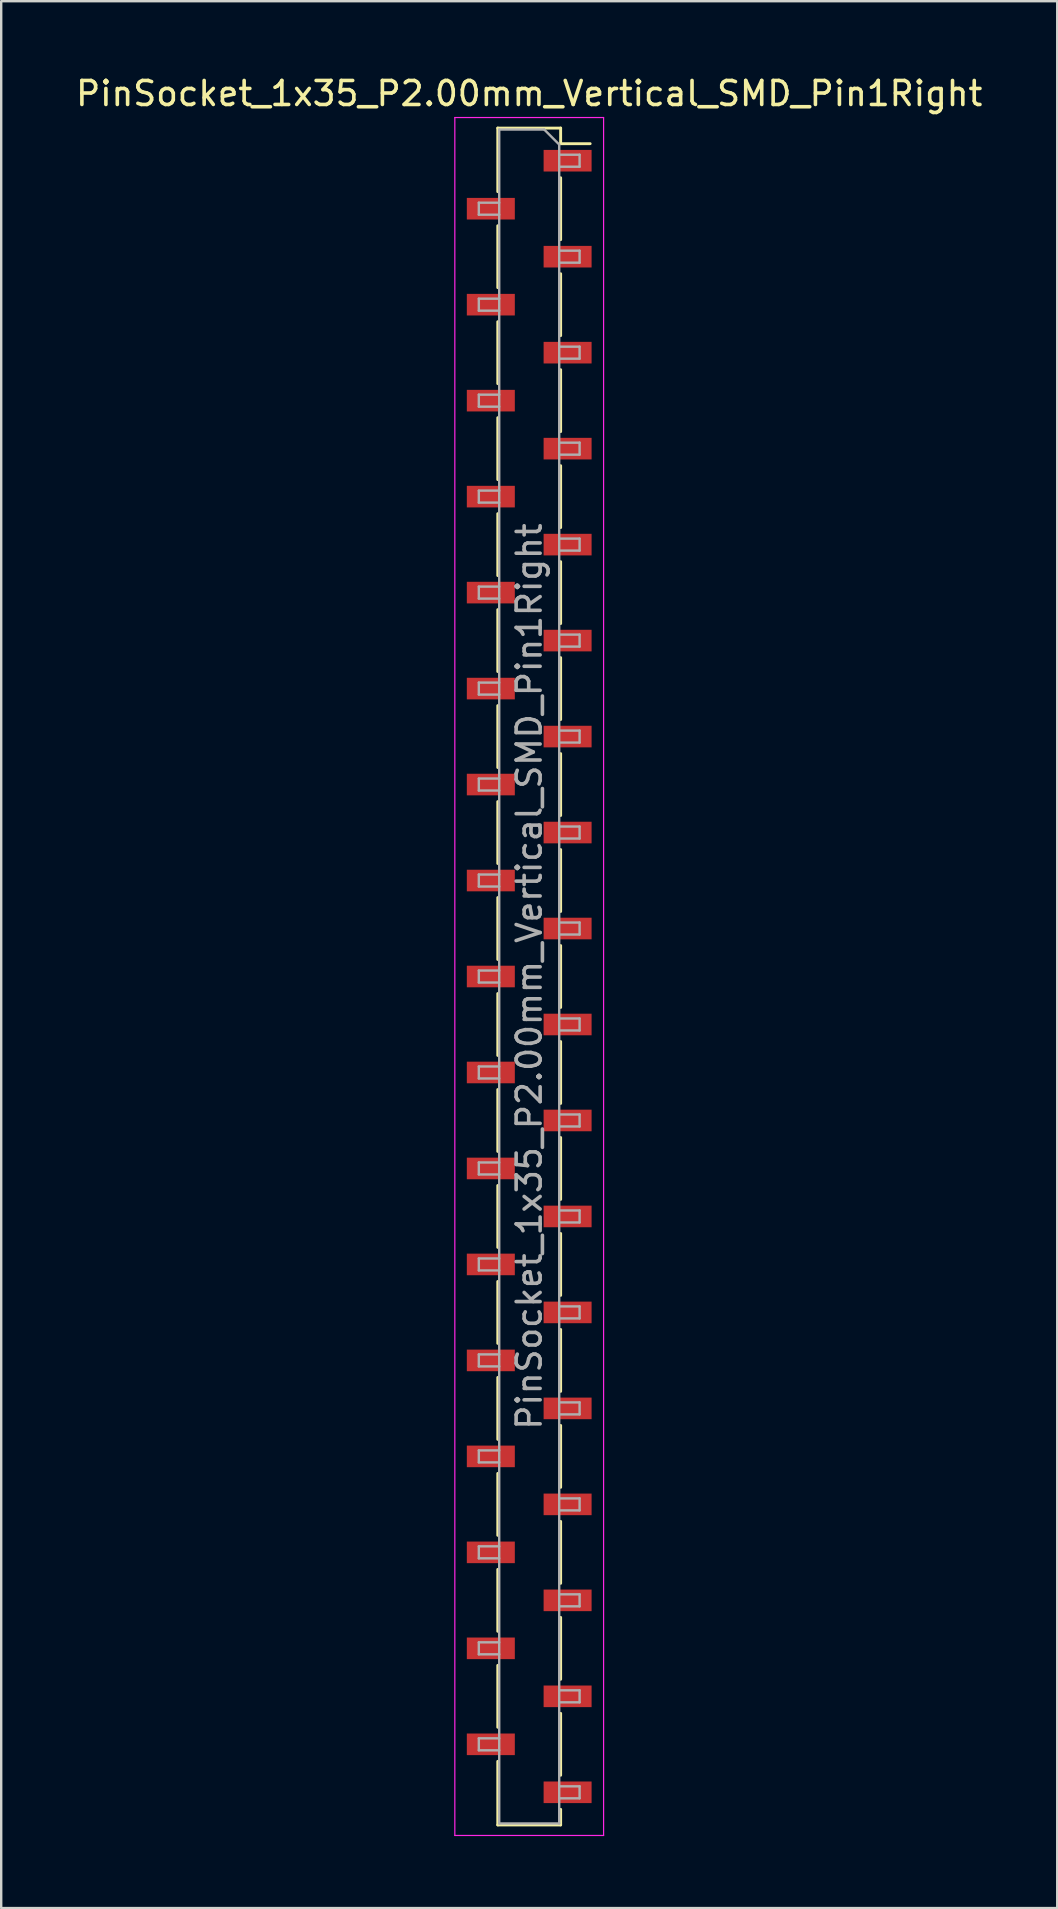
<source format=kicad_pcb>
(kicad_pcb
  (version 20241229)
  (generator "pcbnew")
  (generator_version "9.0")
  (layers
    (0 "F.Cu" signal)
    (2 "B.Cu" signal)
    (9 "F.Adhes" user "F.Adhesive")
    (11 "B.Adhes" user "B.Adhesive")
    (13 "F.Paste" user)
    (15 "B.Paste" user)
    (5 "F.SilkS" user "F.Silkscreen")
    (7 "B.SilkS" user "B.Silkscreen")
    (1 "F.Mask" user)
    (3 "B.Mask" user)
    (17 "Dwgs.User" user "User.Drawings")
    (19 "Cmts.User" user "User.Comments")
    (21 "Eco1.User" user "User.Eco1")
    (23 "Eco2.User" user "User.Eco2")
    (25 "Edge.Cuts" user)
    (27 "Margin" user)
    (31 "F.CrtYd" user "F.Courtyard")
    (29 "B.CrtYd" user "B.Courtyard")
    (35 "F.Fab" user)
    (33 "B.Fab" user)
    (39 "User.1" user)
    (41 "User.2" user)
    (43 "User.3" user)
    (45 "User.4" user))
  (footprint "PinSocket_1x35_P2.00mm_Vertical_SMD_Pin1Right"
    (layer "F.Cu")
    (at 19.006 37.648)
    (property "Reference" "PinSocket_1x35_P2.00mm_Vertical_SMD_Pin1Right" (at 0 -36.8 0) (layer "F.SilkS") (effects (font (size 1 1) (thickness 0.15))))
    (attr smd)
    (fp_line (start -1.31 -35.36) (end -1.31 -32.71) (stroke (width 0.12) (type solid)) (layer "F.SilkS"))
    (fp_line (start -1.31 -35.36) (end 1.31 -35.36) (stroke (width 0.12) (type solid)) (layer "F.SilkS"))
    (fp_line (start -1.31 -31.29) (end -1.31 -28.71) (stroke (width 0.12) (type solid)) (layer "F.SilkS"))
    (fp_line (start -1.31 -27.29) (end -1.31 -24.71) (stroke (width 0.12) (type solid)) (layer "F.SilkS"))
    (fp_line (start -1.31 -23.29) (end -1.31 -20.71) (stroke (width 0.12) (type solid)) (layer "F.SilkS"))
    (fp_line (start -1.31 -19.29) (end -1.31 -16.71) (stroke (width 0.12) (type solid)) (layer "F.SilkS"))
    (fp_line (start -1.31 -15.29) (end -1.31 -12.71) (stroke (width 0.12) (type solid)) (layer "F.SilkS"))
    (fp_line (start -1.31 -11.29) (end -1.31 -8.71) (stroke (width 0.12) (type solid)) (layer "F.SilkS"))
    (fp_line (start -1.31 -7.29) (end -1.31 -4.71) (stroke (width 0.12) (type solid)) (layer "F.SilkS"))
    (fp_line (start -1.31 -3.29) (end -1.31 -0.71) (stroke (width 0.12) (type solid)) (layer "F.SilkS"))
    (fp_line (start -1.31 0.71) (end -1.31 3.29) (stroke (width 0.12) (type solid)) (layer "F.SilkS"))
    (fp_line (start -1.31 4.71) (end -1.31 7.29) (stroke (width 0.12) (type solid)) (layer "F.SilkS"))
    (fp_line (start -1.31 8.71) (end -1.31 11.29) (stroke (width 0.12) (type solid)) (layer "F.SilkS"))
    (fp_line (start -1.31 12.71) (end -1.31 15.29) (stroke (width 0.12) (type solid)) (layer "F.SilkS"))
    (fp_line (start -1.31 16.71) (end -1.31 19.29) (stroke (width 0.12) (type solid)) (layer "F.SilkS"))
    (fp_line (start -1.31 20.71) (end -1.31 23.29) (stroke (width 0.12) (type solid)) (layer "F.SilkS"))
    (fp_line (start -1.31 24.71) (end -1.31 27.29) (stroke (width 0.12) (type solid)) (layer "F.SilkS"))
    (fp_line (start -1.31 28.71) (end -1.31 31.29) (stroke (width 0.12) (type solid)) (layer "F.SilkS"))
    (fp_line (start -1.31 32.71) (end -1.31 35.36) (stroke (width 0.12) (type solid)) (layer "F.SilkS"))
    (fp_line (start -1.31 35.36) (end 1.31 35.36) (stroke (width 0.12) (type solid)) (layer "F.SilkS"))
    (fp_line (start 1.31 -35.36) (end 1.31 -34.71) (stroke (width 0.12) (type solid)) (layer "F.SilkS"))
    (fp_line (start 1.31 -34.71) (end 2.54 -34.71) (stroke (width 0.12) (type solid)) (layer "F.SilkS"))
    (fp_line (start 1.31 -33.29) (end 1.31 -30.71) (stroke (width 0.12) (type solid)) (layer "F.SilkS"))
    (fp_line (start 1.31 -29.29) (end 1.31 -26.71) (stroke (width 0.12) (type solid)) (layer "F.SilkS"))
    (fp_line (start 1.31 -25.29) (end 1.31 -22.71) (stroke (width 0.12) (type solid)) (layer "F.SilkS"))
    (fp_line (start 1.31 -21.29) (end 1.31 -18.71) (stroke (width 0.12) (type solid)) (layer "F.SilkS"))
    (fp_line (start 1.31 -17.29) (end 1.31 -14.71) (stroke (width 0.12) (type solid)) (layer "F.SilkS"))
    (fp_line (start 1.31 -13.29) (end 1.31 -10.71) (stroke (width 0.12) (type solid)) (layer "F.SilkS"))
    (fp_line (start 1.31 -9.29) (end 1.31 -6.71) (stroke (width 0.12) (type solid)) (layer "F.SilkS"))
    (fp_line (start 1.31 -5.29) (end 1.31 -2.71) (stroke (width 0.12) (type solid)) (layer "F.SilkS"))
    (fp_line (start 1.31 -1.29) (end 1.31 1.29) (stroke (width 0.12) (type solid)) (layer "F.SilkS"))
    (fp_line (start 1.31 2.71) (end 1.31 5.29) (stroke (width 0.12) (type solid)) (layer "F.SilkS"))
    (fp_line (start 1.31 6.71) (end 1.31 9.29) (stroke (width 0.12) (type solid)) (layer "F.SilkS"))
    (fp_line (start 1.31 10.71) (end 1.31 13.29) (stroke (width 0.12) (type solid)) (layer "F.SilkS"))
    (fp_line (start 1.31 14.71) (end 1.31 17.29) (stroke (width 0.12) (type solid)) (layer "F.SilkS"))
    (fp_line (start 1.31 18.71) (end 1.31 21.29) (stroke (width 0.12) (type solid)) (layer "F.SilkS"))
    (fp_line (start 1.31 22.71) (end 1.31 25.29) (stroke (width 0.12) (type solid)) (layer "F.SilkS"))
    (fp_line (start 1.31 26.71) (end 1.31 29.29) (stroke (width 0.12) (type solid)) (layer "F.SilkS"))
    (fp_line (start 1.31 30.71) (end 1.31 33.29) (stroke (width 0.12) (type solid)) (layer "F.SilkS"))
    (fp_line (start 1.31 34.71) (end 1.31 35.36) (stroke (width 0.12) (type solid)) (layer "F.SilkS"))
    (fp_line (start -3.1 -35.8) (end 3.1 -35.8) (stroke (width 0.05) (type solid)) (layer "F.CrtYd"))
    (fp_line (start -3.1 35.8) (end -3.1 -35.8) (stroke (width 0.05) (type solid)) (layer "F.CrtYd"))
    (fp_line (start 3.1 -35.8) (end 3.1 35.8) (stroke (width 0.05) (type solid)) (layer "F.CrtYd"))
    (fp_line (start 3.1 35.8) (end -3.1 35.8) (stroke (width 0.05) (type solid)) (layer "F.CrtYd"))
    (fp_line (start -2.1 -32.25) (end -1.25 -32.25) (stroke (width 0.1) (type solid)) (layer "F.Fab"))
    (fp_line (start -2.1 -31.75) (end -2.1 -32.25) (stroke (width 0.1) (type solid)) (layer "F.Fab"))
    (fp_line (start -2.1 -28.25) (end -1.25 -28.25) (stroke (width 0.1) (type solid)) (layer "F.Fab"))
    (fp_line (start -2.1 -27.75) (end -2.1 -28.25) (stroke (width 0.1) (type solid)) (layer "F.Fab"))
    (fp_line (start -2.1 -24.25) (end -1.25 -24.25) (stroke (width 0.1) (type solid)) (layer "F.Fab"))
    (fp_line (start -2.1 -23.75) (end -2.1 -24.25) (stroke (width 0.1) (type solid)) (layer "F.Fab"))
    (fp_line (start -2.1 -20.25) (end -1.25 -20.25) (stroke (width 0.1) (type solid)) (layer "F.Fab"))
    (fp_line (start -2.1 -19.75) (end -2.1 -20.25) (stroke (width 0.1) (type solid)) (layer "F.Fab"))
    (fp_line (start -2.1 -16.25) (end -1.25 -16.25) (stroke (width 0.1) (type solid)) (layer "F.Fab"))
    (fp_line (start -2.1 -15.75) (end -2.1 -16.25) (stroke (width 0.1) (type solid)) (layer "F.Fab"))
    (fp_line (start -2.1 -12.25) (end -1.25 -12.25) (stroke (width 0.1) (type solid)) (layer "F.Fab"))
    (fp_line (start -2.1 -11.75) (end -2.1 -12.25) (stroke (width 0.1) (type solid)) (layer "F.Fab"))
    (fp_line (start -2.1 -8.25) (end -1.25 -8.25) (stroke (width 0.1) (type solid)) (layer "F.Fab"))
    (fp_line (start -2.1 -7.75) (end -2.1 -8.25) (stroke (width 0.1) (type solid)) (layer "F.Fab"))
    (fp_line (start -2.1 -4.25) (end -1.25 -4.25) (stroke (width 0.1) (type solid)) (layer "F.Fab"))
    (fp_line (start -2.1 -3.75) (end -2.1 -4.25) (stroke (width 0.1) (type solid)) (layer "F.Fab"))
    (fp_line (start -2.1 -0.25) (end -1.25 -0.25) (stroke (width 0.1) (type solid)) (layer "F.Fab"))
    (fp_line (start -2.1 0.25) (end -2.1 -0.25) (stroke (width 0.1) (type solid)) (layer "F.Fab"))
    (fp_line (start -2.1 3.75) (end -1.25 3.75) (stroke (width 0.1) (type solid)) (layer "F.Fab"))
    (fp_line (start -2.1 4.25) (end -2.1 3.75) (stroke (width 0.1) (type solid)) (layer "F.Fab"))
    (fp_line (start -2.1 7.75) (end -1.25 7.75) (stroke (width 0.1) (type solid)) (layer "F.Fab"))
    (fp_line (start -2.1 8.25) (end -2.1 7.75) (stroke (width 0.1) (type solid)) (layer "F.Fab"))
    (fp_line (start -2.1 11.75) (end -1.25 11.75) (stroke (width 0.1) (type solid)) (layer "F.Fab"))
    (fp_line (start -2.1 12.25) (end -2.1 11.75) (stroke (width 0.1) (type solid)) (layer "F.Fab"))
    (fp_line (start -2.1 15.75) (end -1.25 15.75) (stroke (width 0.1) (type solid)) (layer "F.Fab"))
    (fp_line (start -2.1 16.25) (end -2.1 15.75) (stroke (width 0.1) (type solid)) (layer "F.Fab"))
    (fp_line (start -2.1 19.75) (end -1.25 19.75) (stroke (width 0.1) (type solid)) (layer "F.Fab"))
    (fp_line (start -2.1 20.25) (end -2.1 19.75) (stroke (width 0.1) (type solid)) (layer "F.Fab"))
    (fp_line (start -2.1 23.75) (end -1.25 23.75) (stroke (width 0.1) (type solid)) (layer "F.Fab"))
    (fp_line (start -2.1 24.25) (end -2.1 23.75) (stroke (width 0.1) (type solid)) (layer "F.Fab"))
    (fp_line (start -2.1 27.75) (end -1.25 27.75) (stroke (width 0.1) (type solid)) (layer "F.Fab"))
    (fp_line (start -2.1 28.25) (end -2.1 27.75) (stroke (width 0.1) (type solid)) (layer "F.Fab"))
    (fp_line (start -2.1 31.75) (end -1.25 31.75) (stroke (width 0.1) (type solid)) (layer "F.Fab"))
    (fp_line (start -2.1 32.25) (end -2.1 31.75) (stroke (width 0.1) (type solid)) (layer "F.Fab"))
    (fp_line (start -1.25 -35.3) (end 0.625 -35.3) (stroke (width 0.1) (type solid)) (layer "F.Fab"))
    (fp_line (start -1.25 -31.75) (end -2.1 -31.75) (stroke (width 0.1) (type solid)) (layer "F.Fab"))
    (fp_line (start -1.25 -27.75) (end -2.1 -27.75) (stroke (width 0.1) (type solid)) (layer "F.Fab"))
    (fp_line (start -1.25 -23.75) (end -2.1 -23.75) (stroke (width 0.1) (type solid)) (layer "F.Fab"))
    (fp_line (start -1.25 -19.75) (end -2.1 -19.75) (stroke (width 0.1) (type solid)) (layer "F.Fab"))
    (fp_line (start -1.25 -15.75) (end -2.1 -15.75) (stroke (width 0.1) (type solid)) (layer "F.Fab"))
    (fp_line (start -1.25 -11.75) (end -2.1 -11.75) (stroke (width 0.1) (type solid)) (layer "F.Fab"))
    (fp_line (start -1.25 -7.75) (end -2.1 -7.75) (stroke (width 0.1) (type solid)) (layer "F.Fab"))
    (fp_line (start -1.25 -3.75) (end -2.1 -3.75) (stroke (width 0.1) (type solid)) (layer "F.Fab"))
    (fp_line (start -1.25 0.25) (end -2.1 0.25) (stroke (width 0.1) (type solid)) (layer "F.Fab"))
    (fp_line (start -1.25 4.25) (end -2.1 4.25) (stroke (width 0.1) (type solid)) (layer "F.Fab"))
    (fp_line (start -1.25 8.25) (end -2.1 8.25) (stroke (width 0.1) (type solid)) (layer "F.Fab"))
    (fp_line (start -1.25 12.25) (end -2.1 12.25) (stroke (width 0.1) (type solid)) (layer "F.Fab"))
    (fp_line (start -1.25 16.25) (end -2.1 16.25) (stroke (width 0.1) (type solid)) (layer "F.Fab"))
    (fp_line (start -1.25 20.25) (end -2.1 20.25) (stroke (width 0.1) (type solid)) (layer "F.Fab"))
    (fp_line (start -1.25 24.25) (end -2.1 24.25) (stroke (width 0.1) (type solid)) (layer "F.Fab"))
    (fp_line (start -1.25 28.25) (end -2.1 28.25) (stroke (width 0.1) (type solid)) (layer "F.Fab"))
    (fp_line (start -1.25 32.25) (end -2.1 32.25) (stroke (width 0.1) (type solid)) (layer "F.Fab"))
    (fp_line (start -1.25 35.3) (end -1.25 -35.3) (stroke (width 0.1) (type solid)) (layer "F.Fab"))
    (fp_line (start 0.625 -35.3) (end 1.25 -34.675) (stroke (width 0.1) (type solid)) (layer "F.Fab"))
    (fp_line (start 1.25 -34.675) (end 1.25 35.3) (stroke (width 0.1) (type solid)) (layer "F.Fab"))
    (fp_line (start 1.25 -34.25) (end 2.1 -34.25) (stroke (width 0.1) (type solid)) (layer "F.Fab"))
    (fp_line (start 1.25 -30.25) (end 2.1 -30.25) (stroke (width 0.1) (type solid)) (layer "F.Fab"))
    (fp_line (start 1.25 -26.25) (end 2.1 -26.25) (stroke (width 0.1) (type solid)) (layer "F.Fab"))
    (fp_line (start 1.25 -22.25) (end 2.1 -22.25) (stroke (width 0.1) (type solid)) (layer "F.Fab"))
    (fp_line (start 1.25 -18.25) (end 2.1 -18.25) (stroke (width 0.1) (type solid)) (layer "F.Fab"))
    (fp_line (start 1.25 -14.25) (end 2.1 -14.25) (stroke (width 0.1) (type solid)) (layer "F.Fab"))
    (fp_line (start 1.25 -10.25) (end 2.1 -10.25) (stroke (width 0.1) (type solid)) (layer "F.Fab"))
    (fp_line (start 1.25 -6.25) (end 2.1 -6.25) (stroke (width 0.1) (type solid)) (layer "F.Fab"))
    (fp_line (start 1.25 -2.25) (end 2.1 -2.25) (stroke (width 0.1) (type solid)) (layer "F.Fab"))
    (fp_line (start 1.25 1.75) (end 2.1 1.75) (stroke (width 0.1) (type solid)) (layer "F.Fab"))
    (fp_line (start 1.25 5.75) (end 2.1 5.75) (stroke (width 0.1) (type solid)) (layer "F.Fab"))
    (fp_line (start 1.25 9.75) (end 2.1 9.75) (stroke (width 0.1) (type solid)) (layer "F.Fab"))
    (fp_line (start 1.25 13.75) (end 2.1 13.75) (stroke (width 0.1) (type solid)) (layer "F.Fab"))
    (fp_line (start 1.25 17.75) (end 2.1 17.75) (stroke (width 0.1) (type solid)) (layer "F.Fab"))
    (fp_line (start 1.25 21.75) (end 2.1 21.75) (stroke (width 0.1) (type solid)) (layer "F.Fab"))
    (fp_line (start 1.25 25.75) (end 2.1 25.75) (stroke (width 0.1) (type solid)) (layer "F.Fab"))
    (fp_line (start 1.25 29.75) (end 2.1 29.75) (stroke (width 0.1) (type solid)) (layer "F.Fab"))
    (fp_line (start 1.25 33.75) (end 2.1 33.75) (stroke (width 0.1) (type solid)) (layer "F.Fab"))
    (fp_line (start 1.25 35.3) (end -1.25 35.3) (stroke (width 0.1) (type solid)) (layer "F.Fab"))
    (fp_line (start 2.1 -34.25) (end 2.1 -33.75) (stroke (width 0.1) (type solid)) (layer "F.Fab"))
    (fp_line (start 2.1 -33.75) (end 1.25 -33.75) (stroke (width 0.1) (type solid)) (layer "F.Fab"))
    (fp_line (start 2.1 -30.25) (end 2.1 -29.75) (stroke (width 0.1) (type solid)) (layer "F.Fab"))
    (fp_line (start 2.1 -29.75) (end 1.25 -29.75) (stroke (width 0.1) (type solid)) (layer "F.Fab"))
    (fp_line (start 2.1 -26.25) (end 2.1 -25.75) (stroke (width 0.1) (type solid)) (layer "F.Fab"))
    (fp_line (start 2.1 -25.75) (end 1.25 -25.75) (stroke (width 0.1) (type solid)) (layer "F.Fab"))
    (fp_line (start 2.1 -22.25) (end 2.1 -21.75) (stroke (width 0.1) (type solid)) (layer "F.Fab"))
    (fp_line (start 2.1 -21.75) (end 1.25 -21.75) (stroke (width 0.1) (type solid)) (layer "F.Fab"))
    (fp_line (start 2.1 -18.25) (end 2.1 -17.75) (stroke (width 0.1) (type solid)) (layer "F.Fab"))
    (fp_line (start 2.1 -17.75) (end 1.25 -17.75) (stroke (width 0.1) (type solid)) (layer "F.Fab"))
    (fp_line (start 2.1 -14.25) (end 2.1 -13.75) (stroke (width 0.1) (type solid)) (layer "F.Fab"))
    (fp_line (start 2.1 -13.75) (end 1.25 -13.75) (stroke (width 0.1) (type solid)) (layer "F.Fab"))
    (fp_line (start 2.1 -10.25) (end 2.1 -9.75) (stroke (width 0.1) (type solid)) (layer "F.Fab"))
    (fp_line (start 2.1 -9.75) (end 1.25 -9.75) (stroke (width 0.1) (type solid)) (layer "F.Fab"))
    (fp_line (start 2.1 -6.25) (end 2.1 -5.75) (stroke (width 0.1) (type solid)) (layer "F.Fab"))
    (fp_line (start 2.1 -5.75) (end 1.25 -5.75) (stroke (width 0.1) (type solid)) (layer "F.Fab"))
    (fp_line (start 2.1 -2.25) (end 2.1 -1.75) (stroke (width 0.1) (type solid)) (layer "F.Fab"))
    (fp_line (start 2.1 -1.75) (end 1.25 -1.75) (stroke (width 0.1) (type solid)) (layer "F.Fab"))
    (fp_line (start 2.1 1.75) (end 2.1 2.25) (stroke (width 0.1) (type solid)) (layer "F.Fab"))
    (fp_line (start 2.1 2.25) (end 1.25 2.25) (stroke (width 0.1) (type solid)) (layer "F.Fab"))
    (fp_line (start 2.1 5.75) (end 2.1 6.25) (stroke (width 0.1) (type solid)) (layer "F.Fab"))
    (fp_line (start 2.1 6.25) (end 1.25 6.25) (stroke (width 0.1) (type solid)) (layer "F.Fab"))
    (fp_line (start 2.1 9.75) (end 2.1 10.25) (stroke (width 0.1) (type solid)) (layer "F.Fab"))
    (fp_line (start 2.1 10.25) (end 1.25 10.25) (stroke (width 0.1) (type solid)) (layer "F.Fab"))
    (fp_line (start 2.1 13.75) (end 2.1 14.25) (stroke (width 0.1) (type solid)) (layer "F.Fab"))
    (fp_line (start 2.1 14.25) (end 1.25 14.25) (stroke (width 0.1) (type solid)) (layer "F.Fab"))
    (fp_line (start 2.1 17.75) (end 2.1 18.25) (stroke (width 0.1) (type solid)) (layer "F.Fab"))
    (fp_line (start 2.1 18.25) (end 1.25 18.25) (stroke (width 0.1) (type solid)) (layer "F.Fab"))
    (fp_line (start 2.1 21.75) (end 2.1 22.25) (stroke (width 0.1) (type solid)) (layer "F.Fab"))
    (fp_line (start 2.1 22.25) (end 1.25 22.25) (stroke (width 0.1) (type solid)) (layer "F.Fab"))
    (fp_line (start 2.1 25.75) (end 2.1 26.25) (stroke (width 0.1) (type solid)) (layer "F.Fab"))
    (fp_line (start 2.1 26.25) (end 1.25 26.25) (stroke (width 0.1) (type solid)) (layer "F.Fab"))
    (fp_line (start 2.1 29.75) (end 2.1 30.25) (stroke (width 0.1) (type solid)) (layer "F.Fab"))
    (fp_line (start 2.1 30.25) (end 1.25 30.25) (stroke (width 0.1) (type solid)) (layer "F.Fab"))
    (fp_line (start 2.1 33.75) (end 2.1 34.25) (stroke (width 0.1) (type solid)) (layer "F.Fab"))
    (fp_line (start 2.1 34.25) (end 1.25 34.25) (stroke (width 0.1) (type solid)) (layer "F.Fab"))
    (fp_text user "${REFERENCE}" (at 0 0 90) (layer "F.Fab") (effects (font (size 1 1) (thickness 0.15))))
    (pad "1" smd rect (at 1.6 -34) (size 2 0.9) (layers "F.Cu" "F.Mask" "F.Paste"))
    (pad "2" smd rect (at -1.6 -32) (size 2 0.9) (layers "F.Cu" "F.Mask" "F.Paste"))
    (pad "3" smd rect (at 1.6 -30) (size 2 0.9) (layers "F.Cu" "F.Mask" "F.Paste"))
    (pad "4" smd rect (at -1.6 -28) (size 2 0.9) (layers "F.Cu" "F.Mask" "F.Paste"))
    (pad "5" smd rect (at 1.6 -26) (size 2 0.9) (layers "F.Cu" "F.Mask" "F.Paste"))
    (pad "6" smd rect (at -1.6 -24) (size 2 0.9) (layers "F.Cu" "F.Mask" "F.Paste"))
    (pad "7" smd rect (at 1.6 -22) (size 2 0.9) (layers "F.Cu" "F.Mask" "F.Paste"))
    (pad "8" smd rect (at -1.6 -20) (size 2 0.9) (layers "F.Cu" "F.Mask" "F.Paste"))
    (pad "9" smd rect (at 1.6 -18) (size 2 0.9) (layers "F.Cu" "F.Mask" "F.Paste"))
    (pad "10" smd rect (at -1.6 -16) (size 2 0.9) (layers "F.Cu" "F.Mask" "F.Paste"))
    (pad "11" smd rect (at 1.6 -14) (size 2 0.9) (layers "F.Cu" "F.Mask" "F.Paste"))
    (pad "12" smd rect (at -1.6 -12) (size 2 0.9) (layers "F.Cu" "F.Mask" "F.Paste"))
    (pad "13" smd rect (at 1.6 -10) (size 2 0.9) (layers "F.Cu" "F.Mask" "F.Paste"))
    (pad "14" smd rect (at -1.6 -8) (size 2 0.9) (layers "F.Cu" "F.Mask" "F.Paste"))
    (pad "15" smd rect (at 1.6 -6) (size 2 0.9) (layers "F.Cu" "F.Mask" "F.Paste"))
    (pad "16" smd rect (at -1.6 -4) (size 2 0.9) (layers "F.Cu" "F.Mask" "F.Paste"))
    (pad "17" smd rect (at 1.6 -2) (size 2 0.9) (layers "F.Cu" "F.Mask" "F.Paste"))
    (pad "18" smd rect (at -1.6 0) (size 2 0.9) (layers "F.Cu" "F.Mask" "F.Paste"))
    (pad "19" smd rect (at 1.6 2) (size 2 0.9) (layers "F.Cu" "F.Mask" "F.Paste"))
    (pad "20" smd rect (at -1.6 4) (size 2 0.9) (layers "F.Cu" "F.Mask" "F.Paste"))
    (pad "21" smd rect (at 1.6 6) (size 2 0.9) (layers "F.Cu" "F.Mask" "F.Paste"))
    (pad "22" smd rect (at -1.6 8) (size 2 0.9) (layers "F.Cu" "F.Mask" "F.Paste"))
    (pad "23" smd rect (at 1.6 10) (size 2 0.9) (layers "F.Cu" "F.Mask" "F.Paste"))
    (pad "24" smd rect (at -1.6 12) (size 2 0.9) (layers "F.Cu" "F.Mask" "F.Paste"))
    (pad "25" smd rect (at 1.6 14) (size 2 0.9) (layers "F.Cu" "F.Mask" "F.Paste"))
    (pad "26" smd rect (at -1.6 16) (size 2 0.9) (layers "F.Cu" "F.Mask" "F.Paste"))
    (pad "27" smd rect (at 1.6 18) (size 2 0.9) (layers "F.Cu" "F.Mask" "F.Paste"))
    (pad "28" smd rect (at -1.6 20) (size 2 0.9) (layers "F.Cu" "F.Mask" "F.Paste"))
    (pad "29" smd rect (at 1.6 22) (size 2 0.9) (layers "F.Cu" "F.Mask" "F.Paste"))
    (pad "30" smd rect (at -1.6 24) (size 2 0.9) (layers "F.Cu" "F.Mask" "F.Paste"))
    (pad "31" smd rect (at 1.6 26) (size 2 0.9) (layers "F.Cu" "F.Mask" "F.Paste"))
    (pad "32" smd rect (at -1.6 28) (size 2 0.9) (layers "F.Cu" "F.Mask" "F.Paste"))
    (pad "33" smd rect (at 1.6 30) (size 2 0.9) (layers "F.Cu" "F.Mask" "F.Paste"))
    (pad "34" smd rect (at -1.6 32) (size 2 0.9) (layers "F.Cu" "F.Mask" "F.Paste"))
    (pad "35" smd rect (at 1.6 34) (size 2 0.9) (layers "F.Cu" "F.Mask" "F.Paste")))
  (gr_rect
    (start -3 -3)
    (end 41.012 76.473)
    (stroke (width 0.1) (type default))
    (fill no)
    (layer "Edge.Cuts")))
</source>
